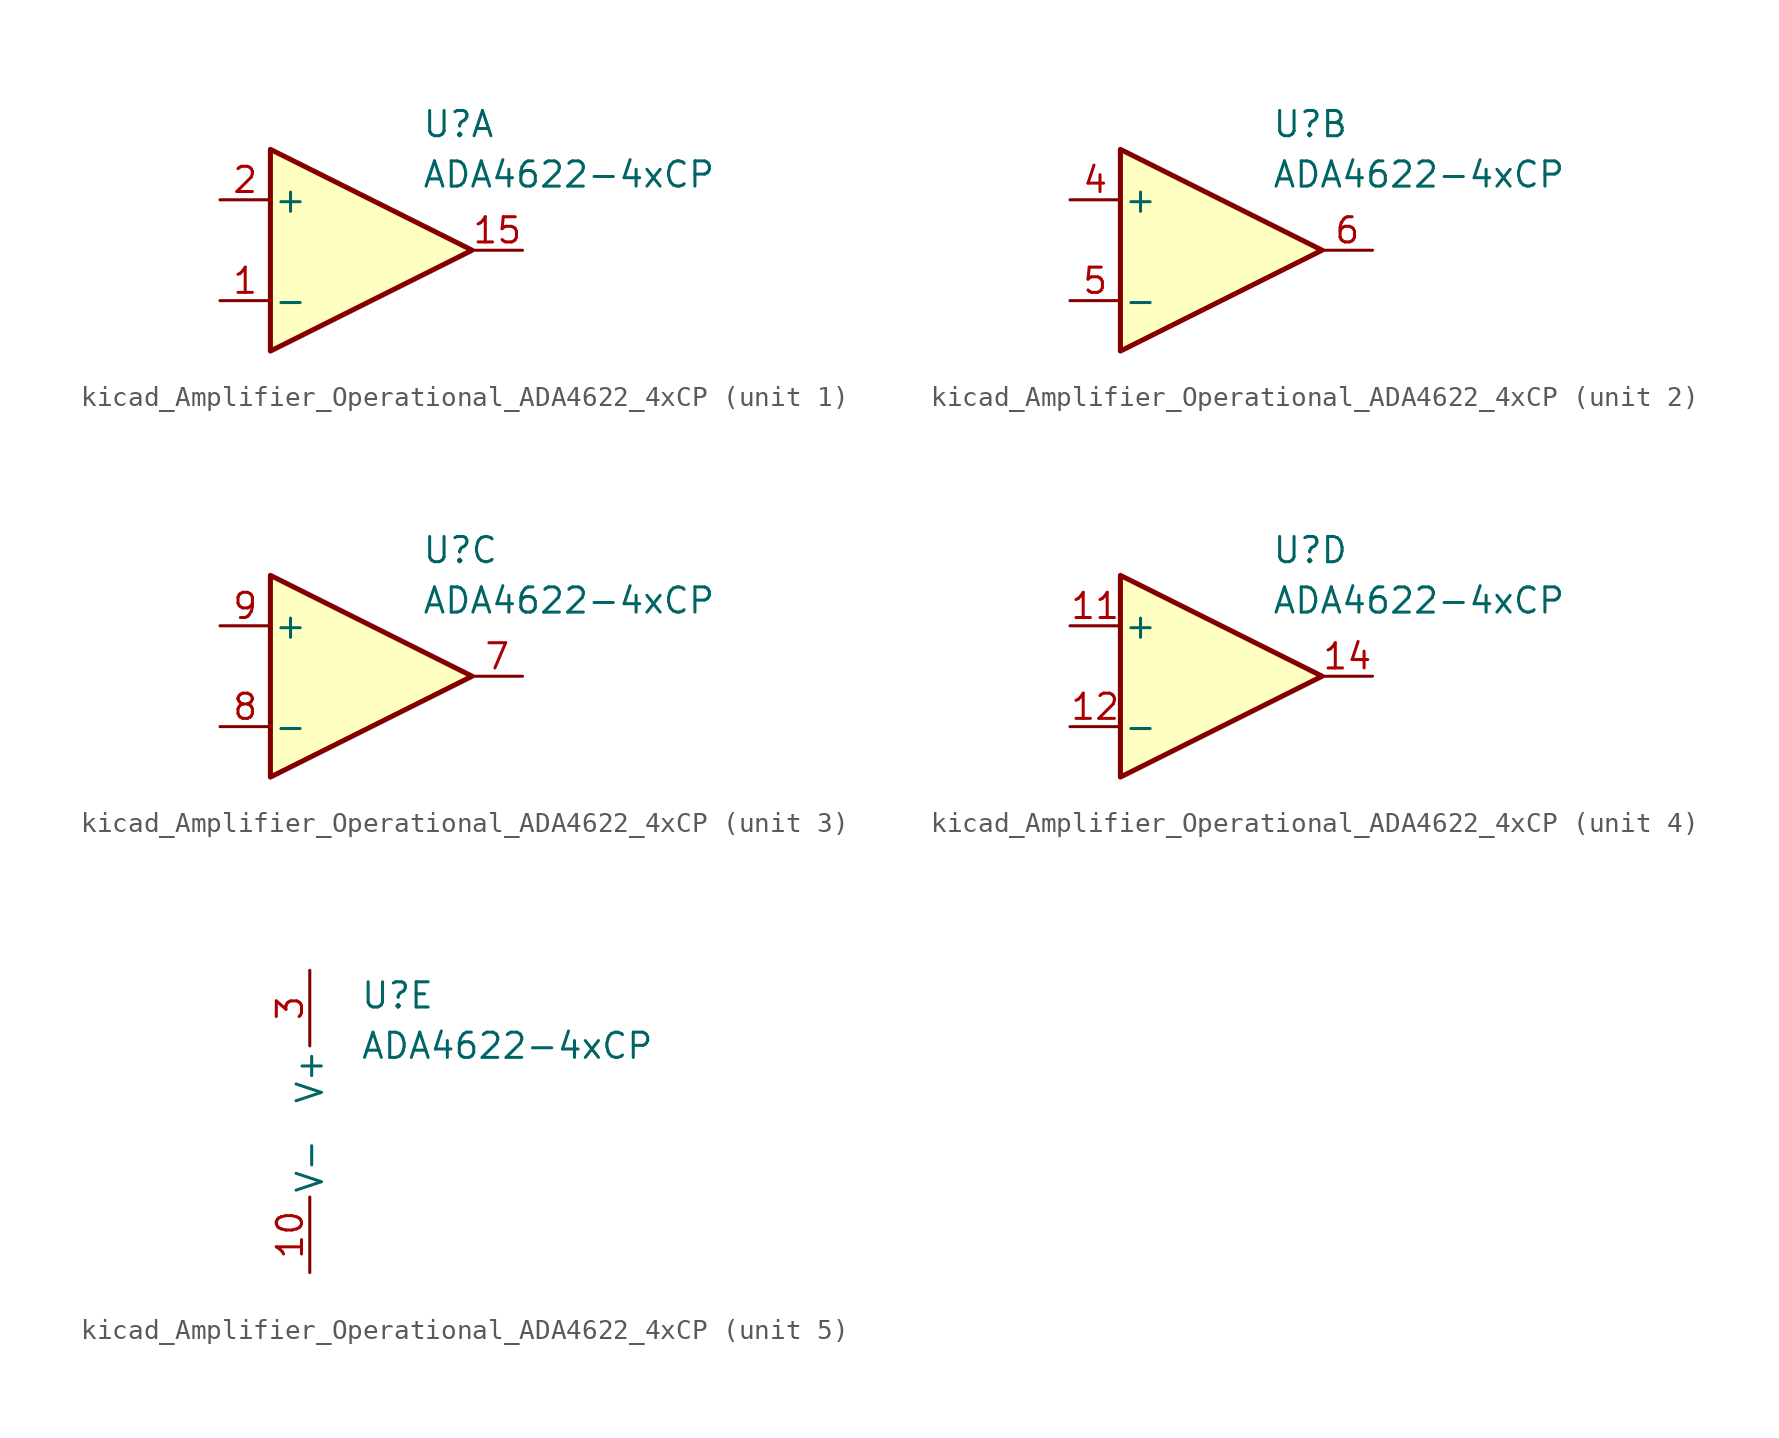
<source format=kicad_sym>
(kicad_symbol_lib
  (version 20220914)
  (generator kicad_symbol_editor)
  (symbol "kicad_Amplifier_Operational_ADA4622_4xCP"
    (pin_names
      (offset 0.127))
    (property "Reference" "U"
      (at 2.54 6.35 0)
      (effects (font (size 1.27 1.27)) (justify left)))
    (property "Value" "ADA4622-4xCP"
      (at 2.54 3.81 0)
      (effects (font (size 1.27 1.27)) (justify left)))
    (property "ki_locked" ""
      (at 0 0 0)
      (effects (font (size 1.27 1.27))))
    (symbol "kicad_Amplifier_Operational_ADA4622_4xCP_1_1"
      (polyline (pts (xy 5.08 0) (xy -5.08 5.08) (xy -5.08 -5.08) (xy 5.08 0)) (stroke (width 0.254) (type default)) (fill (type background)))
      (pin input line (at -7.62 -2.54 0) (length 2.54) (name "-" (effects (font (size 1.27 1.27)))) (number "1" (effects (font (size 1.27 1.27)))))
      (pin output line (at 7.62 0 180) (length 2.54) (name "~" (effects (font (size 1.27 1.27)))) (number "15" (effects (font (size 1.27 1.27)))))
      (pin input line (at -7.62 2.54 0) (length 2.54) (name "+" (effects (font (size 1.27 1.27)))) (number "2" (effects (font (size 1.27 1.27))))))
    (symbol "kicad_Amplifier_Operational_ADA4622_4xCP_2_1"
      (polyline (pts (xy -5.08 5.08) (xy -5.08 -5.08) (xy 5.08 0) (xy -5.08 5.08)) (stroke (width 0.254) (type default)) (fill (type background)))
      (pin input line (at -7.62 2.54 0) (length 2.54) (name "+" (effects (font (size 1.27 1.27)))) (number "4" (effects (font (size 1.27 1.27)))))
      (pin input line (at -7.62 -2.54 0) (length 2.54) (name "-" (effects (font (size 1.27 1.27)))) (number "5" (effects (font (size 1.27 1.27)))))
      (pin output line (at 7.62 0 180) (length 2.54) (name "~" (effects (font (size 1.27 1.27)))) (number "6" (effects (font (size 1.27 1.27))))))
    (symbol "kicad_Amplifier_Operational_ADA4622_4xCP_3_1"
      (polyline (pts (xy 5.08 0) (xy -5.08 5.08) (xy -5.08 -5.08) (xy 5.08 0)) (stroke (width 0.254) (type default)) (fill (type background)))
      (pin output line (at 7.62 0 180) (length 2.54) (name "~" (effects (font (size 1.27 1.27)))) (number "7" (effects (font (size 1.27 1.27)))))
      (pin input line (at -7.62 -2.54 0) (length 2.54) (name "-" (effects (font (size 1.27 1.27)))) (number "8" (effects (font (size 1.27 1.27)))))
      (pin input line (at -7.62 2.54 0) (length 2.54) (name "+" (effects (font (size 1.27 1.27)))) (number "9" (effects (font (size 1.27 1.27))))))
    (symbol "kicad_Amplifier_Operational_ADA4622_4xCP_4_1"
      (polyline (pts (xy -5.08 5.08) (xy 5.08 0) (xy -5.08 -5.08) (xy -5.08 5.08)) (stroke (width 0.254) (type default)) (fill (type background)))
      (pin input line (at -7.62 2.54 0) (length 2.54) (name "+" (effects (font (size 1.27 1.27)))) (number "11" (effects (font (size 1.27 1.27)))))
      (pin input line (at -7.62 -2.54 0) (length 2.54) (name "-" (effects (font (size 1.27 1.27)))) (number "12" (effects (font (size 1.27 1.27)))))
      (pin output line (at 7.62 0 180) (length 2.54) (name "~" (effects (font (size 1.27 1.27)))) (number "14" (effects (font (size 1.27 1.27))))))
    (symbol "kicad_Amplifier_Operational_ADA4622_4xCP_5_1"
      (pin power_in line (at 0 -7.62 90) (length 3.81) (name "V-" (effects (font (size 1.27 1.27)))) (number "10" (effects (font (size 1.27 1.27)))))
      (pin free line (at 2.54 0 180) (length 3.81) hide (name "NIC" (effects (font (size 1.27 1.27)))) (number "13" (effects (font (size 1.27 1.27)))))
      (pin free line (at 2.54 2.54 180) (length 3.81) hide (name "NIC" (effects (font (size 1.27 1.27)))) (number "16" (effects (font (size 1.27 1.27)))))
      (pin passive line (at 0 7.62 270) (length 3.81) hide (name "V+" (effects (font (size 1.27 1.27)))) (number "17" (effects (font (size 1.27 1.27)))))
      (pin power_in line (at 0 7.62 270) (length 3.81) (name "V+" (effects (font (size 1.27 1.27)))) (number "3" (effects (font (size 1.27 1.27))))))))
</source>
